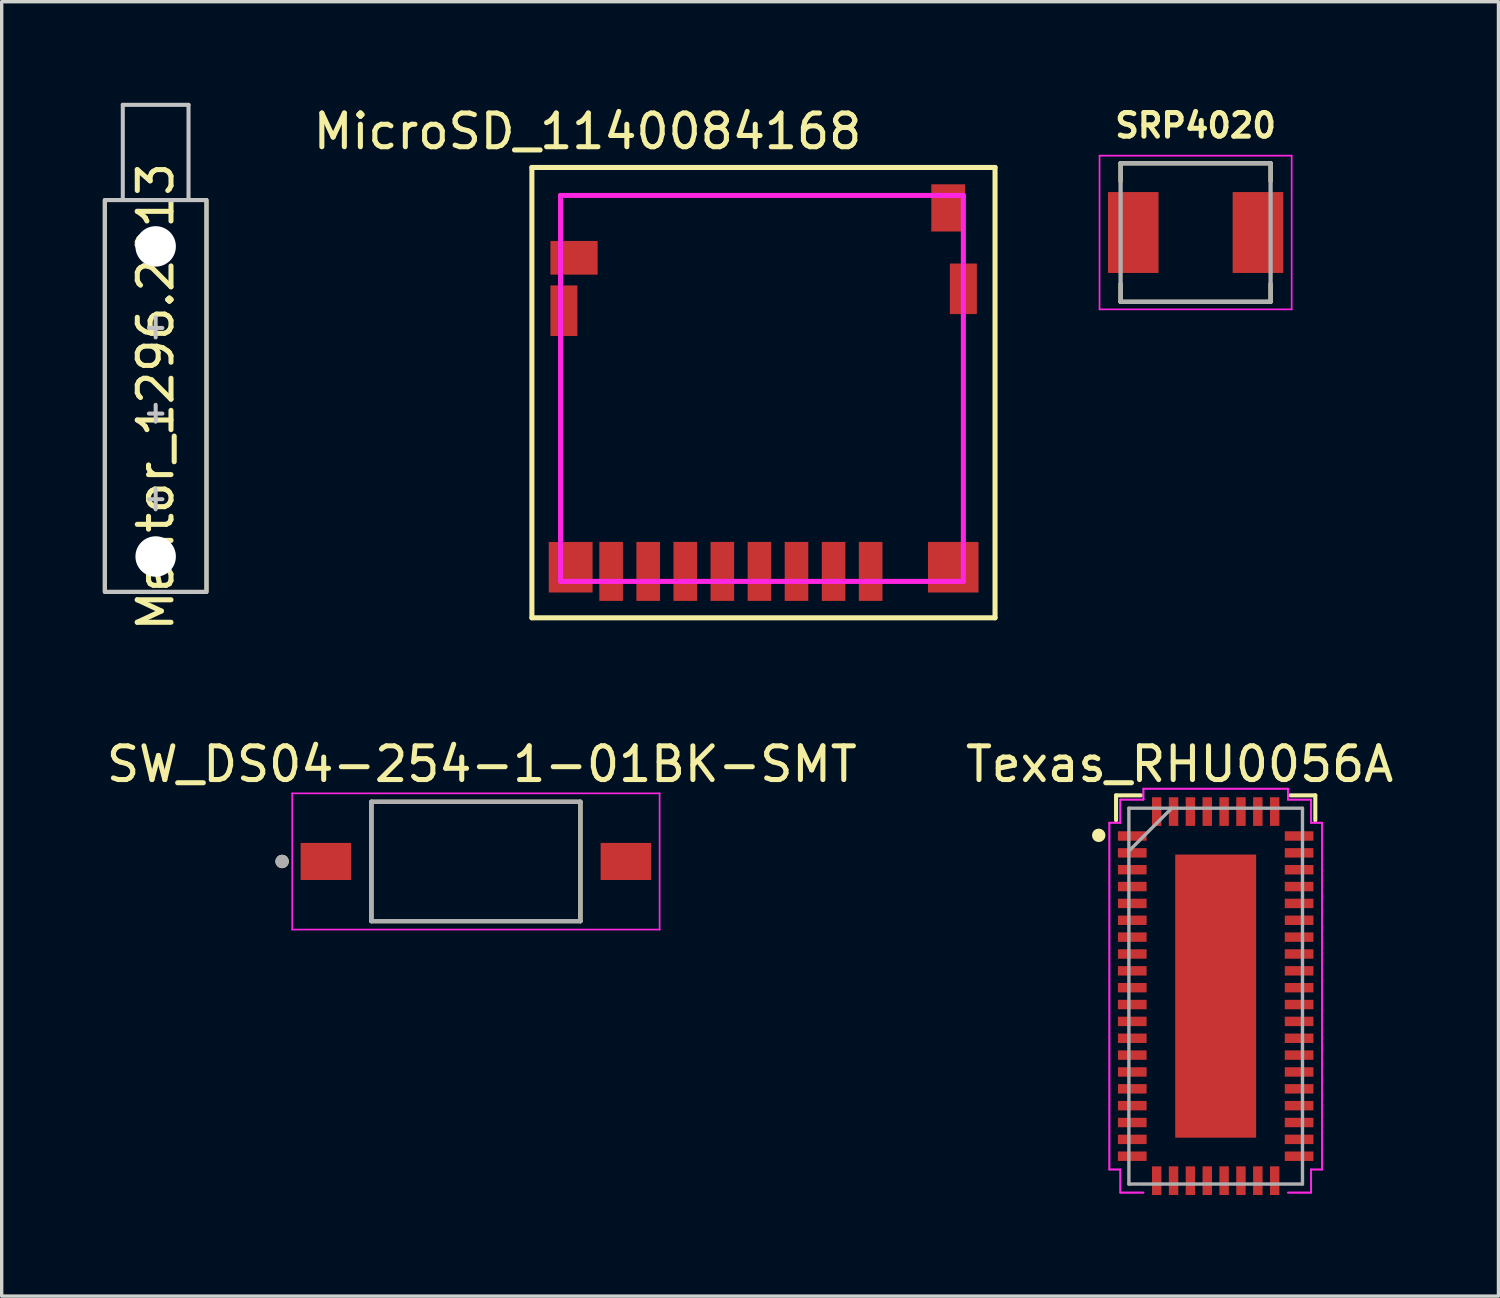
<source format=kicad_pcb>
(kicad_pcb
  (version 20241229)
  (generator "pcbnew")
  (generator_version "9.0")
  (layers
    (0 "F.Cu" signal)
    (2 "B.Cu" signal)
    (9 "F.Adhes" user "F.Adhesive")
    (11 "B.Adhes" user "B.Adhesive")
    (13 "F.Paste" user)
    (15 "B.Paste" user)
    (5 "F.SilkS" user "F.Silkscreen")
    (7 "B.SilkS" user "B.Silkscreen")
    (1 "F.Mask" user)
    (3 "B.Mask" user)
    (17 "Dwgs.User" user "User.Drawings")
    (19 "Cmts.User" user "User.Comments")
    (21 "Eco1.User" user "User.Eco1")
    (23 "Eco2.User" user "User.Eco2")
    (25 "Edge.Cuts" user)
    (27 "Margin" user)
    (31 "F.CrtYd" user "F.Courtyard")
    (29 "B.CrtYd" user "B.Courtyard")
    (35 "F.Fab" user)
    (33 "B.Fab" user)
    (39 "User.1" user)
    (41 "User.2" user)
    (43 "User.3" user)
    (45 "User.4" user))
  (footprint "MicroSD_1140084168"
    (layer "F.Cu")
    (at 19.655 8.598)
    (property "Reference" "MicroSD_1140084168" (at -5.275 -7.75 0) (layer "F.SilkS") (effects (font (size 1 1) (thickness 0.15))))
    (attr smd)
    (fp_line (start -6.925 -6.68) (end -6.925 6.68) (stroke (width 0.15) (type solid)) (layer "F.SilkS"))
    (fp_line (start -6.925 6.68) (end 6.815 6.68) (stroke (width 0.15) (type solid)) (layer "F.SilkS"))
    (fp_line (start 6.815 -6.68) (end -6.925 -6.68) (stroke (width 0.15) (type solid)) (layer "F.SilkS"))
    (fp_line (start 6.815 6.68) (end 6.815 -6.68) (stroke (width 0.15) (type solid)) (layer "F.SilkS"))
    (fp_line (start -6.075 -5.85) (end 5.875 -5.85) (stroke (width 0.15) (type solid)) (layer "F.CrtYd"))
    (fp_line (start -6.075 5.6) (end -6.075 -5.85) (stroke (width 0.15) (type solid)) (layer "F.CrtYd"))
    (fp_line (start 5.875 -5.85) (end 5.875 5.6) (stroke (width 0.15) (type solid)) (layer "F.CrtYd"))
    (fp_line (start 5.875 5.6) (end -6.075 5.6) (stroke (width 0.15) (type solid)) (layer "F.CrtYd"))
    (pad "1" smd rect (at 3.125 5.304 180) (size 0.7 1.75) (layers "F.Cu" "F.Mask" "F.Paste"))
    (pad "2" smd rect (at 2.025 5.304 180) (size 0.7 1.75) (layers "F.Cu" "F.Mask" "F.Paste"))
    (pad "3" smd rect (at 0.925 5.304 180) (size 0.7 1.75) (layers "F.Cu" "F.Mask" "F.Paste"))
    (pad "4" smd rect (at -0.175 5.304 180) (size 0.7 1.75) (layers "F.Cu" "F.Mask" "F.Paste"))
    (pad "5" smd rect (at -1.275 5.304 180) (size 0.7 1.75) (layers "F.Cu" "F.Mask" "F.Paste"))
    (pad "6" smd rect (at -2.375 5.304 180) (size 0.7 1.75) (layers "F.Cu" "F.Mask" "F.Paste"))
    (pad "7" smd rect (at -3.475 5.304 180) (size 0.7 1.75) (layers "F.Cu" "F.Mask" "F.Paste"))
    (pad "8" smd rect (at -4.575 5.304 180) (size 0.7 1.75) (layers "F.Cu" "F.Mask" "F.Paste"))
    (pad "9" smd rect (at -5.675 -4) (size 1.4 1) (layers "F.Cu" "F.Mask" "F.Paste"))
    (pad "10" smd rect (at 5.425 -5.48 90) (size 1.4 1) (layers "F.Cu" "F.Mask" "F.Paste"))
    (pad "SH" smd rect (at -5.975 -2.43 90) (size 1.5 0.8) (layers "F.Cu" "F.Mask" "F.Paste"))
    (pad "SH" smd rect (at -5.775 5.18) (size 1.3 1.5) (layers "F.Cu" "F.Mask" "F.Paste"))
    (pad "SH" smd rect (at 5.575 5.18) (size 1.5 1.5) (layers "F.Cu" "F.Mask" "F.Paste"))
    (pad "SH" smd rect (at 5.875 -3.08 90) (size 1.5 0.8) (layers "F.Cu" "F.Mask" "F.Paste")))
  (footprint "SW_DS04-254-1-01BK-SMT"
    (layer "F.Cu")
    (at 11.069 22.507)
    (property "Reference" "SW_DS04-254-1-01BK-SMT" (at 0.175 -2.885 0) (layer "F.SilkS") (effects (font (size 1 1) (thickness 0.15))))
    (attr through_hole)
    (fp_line (start -3.1 -1.77) (end 3.1 -1.77) (stroke (width 0.127) (type solid)) (layer "F.SilkS"))
    (fp_line (start -3.1 1.77) (end -3.1 -1.77) (stroke (width 0.127) (type solid)) (layer "F.SilkS"))
    (fp_line (start 3.1 -1.77) (end 3.1 1.77) (stroke (width 0.127) (type solid)) (layer "F.SilkS"))
    (fp_line (start 3.1 1.77) (end -3.1 1.77) (stroke (width 0.127) (type solid)) (layer "F.SilkS"))
    (fp_circle (center -5.75 0) (end -5.65 0) (stroke (width 0.2) (type solid)) (fill no) (layer "F.SilkS"))
    (fp_line (start -5.45 -2.02) (end -5.45 2.02) (stroke (width 0.05) (type solid)) (layer "F.CrtYd"))
    (fp_line (start -5.45 2.02) (end 5.45 2.02) (stroke (width 0.05) (type solid)) (layer "F.CrtYd"))
    (fp_line (start 5.45 -2.02) (end -5.45 -2.02) (stroke (width 0.05) (type solid)) (layer "F.CrtYd"))
    (fp_line (start 5.45 2.02) (end 5.45 -2.02) (stroke (width 0.05) (type solid)) (layer "F.CrtYd"))
    (fp_line (start -3.1 -1.77) (end 3.1 -1.77) (stroke (width 0.127) (type solid)) (layer "F.Fab"))
    (fp_line (start -3.1 1.77) (end -3.1 -1.77) (stroke (width 0.127) (type solid)) (layer "F.Fab"))
    (fp_line (start 3.1 -1.77) (end 3.1 1.77) (stroke (width 0.127) (type solid)) (layer "F.Fab"))
    (fp_line (start 3.1 1.77) (end -3.1 1.77) (stroke (width 0.127) (type solid)) (layer "F.Fab"))
    (fp_circle (center -5.75 0) (end -5.65 0) (stroke (width 0.2) (type solid)) (fill no) (layer "F.Fab"))
    (pad "1" smd rect (at -4.45 0) (size 1.5 1.1) (layers "F.Cu" "F.Mask" "F.Paste"))
    (pad "2" smd rect (at 4.45 0 180) (size 1.5 1.1) (layers "F.Cu" "F.Mask" "F.Paste")))
  (footprint "Texas_RHU0056A"
    (layer "F.Cu")
    (at 33.016 26.502)
    (property "Reference" "Texas_RHU0056A" (at -1.07 -6.88 0) (layer "F.SilkS") (effects (font (size 1 1) (thickness 0.15))))
    (attr through_hole)
    (fp_line (start -2.956 -5.956) (end -2.956 -5.218) (stroke (width 0.12) (type solid)) (layer "F.SilkS"))
    (fp_line (start -2.218 -5.956) (end -2.956 -5.956) (stroke (width 0.12) (type solid)) (layer "F.SilkS"))
    (fp_line (start 2.956 -5.956) (end 2.218 -5.956) (stroke (width 0.12) (type solid)) (layer "F.SilkS"))
    (fp_line (start 2.956 -5.218) (end 2.956 -5.956) (stroke (width 0.12) (type solid)) (layer "F.SilkS"))
    (fp_circle (center -3.47 -4.77) (end -3.37 -4.77) (stroke (width 0.2) (type solid)) (fill no) (layer "F.SilkS"))
    (fp_rect (start -1.17 -3.73) (end -0.11 -2.65) (stroke (width 0.001) (type solid)) (fill yes) (layer "F.Paste"))
    (fp_rect (start -1.17 -2.45) (end -0.11 -1.37) (stroke (width 0.001) (type solid)) (fill yes) (layer "F.Paste"))
    (fp_rect (start -1.17 -1.17) (end -0.11 -0.09) (stroke (width 0.001) (type solid)) (fill yes) (layer "F.Paste"))
    (fp_rect (start -1.17 0.11) (end -0.11 1.19) (stroke (width 0.001) (type solid)) (fill yes) (layer "F.Paste"))
    (fp_rect (start -1.17 1.39) (end -0.11 2.47) (stroke (width 0.001) (type solid)) (fill yes) (layer "F.Paste"))
    (fp_rect (start -1.17 2.67) (end -0.11 3.75) (stroke (width 0.001) (type solid)) (fill yes) (layer "F.Paste"))
    (fp_rect (start 0.11 -3.73) (end 1.17 -2.65) (stroke (width 0.001) (type solid)) (fill yes) (layer "F.Paste"))
    (fp_rect (start 0.11 -2.45) (end 1.17 -1.37) (stroke (width 0.001) (type solid)) (fill yes) (layer "F.Paste"))
    (fp_rect (start 0.11 -1.17) (end 1.17 -0.09) (stroke (width 0.001) (type solid)) (fill yes) (layer "F.Paste"))
    (fp_rect (start 0.11 0.11) (end 1.17 1.19) (stroke (width 0.001) (type solid)) (fill yes) (layer "F.Paste"))
    (fp_rect (start 0.11 1.39) (end 1.17 2.47) (stroke (width 0.001) (type solid)) (fill yes) (layer "F.Paste"))
    (fp_rect (start 0.11 2.67) (end 1.17 3.75) (stroke (width 0.001) (type solid)) (fill yes) (layer "F.Paste"))
    (fp_line (start -3.154 -5.144) (end -2.829 -5.144) (stroke (width 0.05) (type solid)) (layer "F.CrtYd"))
    (fp_line (start -3.154 -5.144) (end -2.829 -5.144) (stroke (width 0.05) (type solid)) (layer "F.CrtYd"))
    (fp_line (start -3.154 5.144) (end -3.154 -5.144) (stroke (width 0.05) (type solid)) (layer "F.CrtYd"))
    (fp_line (start -3.154 5.144) (end -3.154 -5.144) (stroke (width 0.05) (type solid)) (layer "F.CrtYd"))
    (fp_line (start -2.829 -5.829) (end -2.144 -5.829) (stroke (width 0.05) (type solid)) (layer "F.CrtYd"))
    (fp_line (start -2.829 -5.829) (end -2.144 -5.829) (stroke (width 0.05) (type solid)) (layer "F.CrtYd"))
    (fp_line (start -2.829 -5.144) (end -2.829 -5.829) (stroke (width 0.05) (type solid)) (layer "F.CrtYd"))
    (fp_line (start -2.829 -5.144) (end -2.829 -5.829) (stroke (width 0.05) (type solid)) (layer "F.CrtYd"))
    (fp_line (start -2.829 5.144) (end -3.154 5.144) (stroke (width 0.05) (type solid)) (layer "F.CrtYd"))
    (fp_line (start -2.829 5.144) (end -3.154 5.144) (stroke (width 0.05) (type solid)) (layer "F.CrtYd"))
    (fp_line (start -2.829 5.829) (end -2.829 5.144) (stroke (width 0.05) (type solid)) (layer "F.CrtYd"))
    (fp_line (start -2.829 5.829) (end -2.829 5.144) (stroke (width 0.05) (type solid)) (layer "F.CrtYd"))
    (fp_line (start -2.144 -6.154) (end 2.144 -6.154) (stroke (width 0.05) (type solid)) (layer "F.CrtYd"))
    (fp_line (start -2.144 -6.154) (end 2.144 -6.154) (stroke (width 0.05) (type solid)) (layer "F.CrtYd"))
    (fp_line (start -2.144 -5.829) (end -2.144 -6.154) (stroke (width 0.05) (type solid)) (layer "F.CrtYd"))
    (fp_line (start -2.144 -5.829) (end -2.144 -6.154) (stroke (width 0.05) (type solid)) (layer "F.CrtYd"))
    (fp_line (start -2.144 5.829) (end -2.829 5.829) (stroke (width 0.05) (type solid)) (layer "F.CrtYd"))
    (fp_line (start -2.144 5.829) (end -2.829 5.829) (stroke (width 0.05) (type solid)) (layer "F.CrtYd"))
    (fp_line (start 2.144 -6.154) (end 2.144 -5.829) (stroke (width 0.05) (type solid)) (layer "F.CrtYd"))
    (fp_line (start 2.144 -6.154) (end 2.144 -5.829) (stroke (width 0.05) (type solid)) (layer "F.CrtYd"))
    (fp_line (start 2.144 -5.829) (end 2.829 -5.829) (stroke (width 0.05) (type solid)) (layer "F.CrtYd"))
    (fp_line (start 2.144 -5.829) (end 2.829 -5.829) (stroke (width 0.05) (type solid)) (layer "F.CrtYd"))
    (fp_line (start 2.829 -5.829) (end 2.829 -5.144) (stroke (width 0.05) (type solid)) (layer "F.CrtYd"))
    (fp_line (start 2.829 -5.829) (end 2.829 -5.144) (stroke (width 0.05) (type solid)) (layer "F.CrtYd"))
    (fp_line (start 2.829 -5.144) (end 3.154 -5.144) (stroke (width 0.05) (type solid)) (layer "F.CrtYd"))
    (fp_line (start 2.829 -5.144) (end 3.154 -5.144) (stroke (width 0.05) (type solid)) (layer "F.CrtYd"))
    (fp_line (start 2.829 5.144) (end 2.829 5.829) (stroke (width 0.05) (type solid)) (layer "F.CrtYd"))
    (fp_line (start 2.829 5.144) (end 2.829 5.829) (stroke (width 0.05) (type solid)) (layer "F.CrtYd"))
    (fp_line (start 2.829 5.829) (end 2.144 5.829) (stroke (width 0.05) (type solid)) (layer "F.CrtYd"))
    (fp_line (start 2.829 5.829) (end 2.144 5.829) (stroke (width 0.05) (type solid)) (layer "F.CrtYd"))
    (fp_line (start 3.154 -5.144) (end 3.154 5.144) (stroke (width 0.05) (type solid)) (layer "F.CrtYd"))
    (fp_line (start 3.154 -5.144) (end 3.154 5.144) (stroke (width 0.05) (type solid)) (layer "F.CrtYd"))
    (fp_line (start 3.154 5.144) (end 2.829 5.144) (stroke (width 0.05) (type solid)) (layer "F.CrtYd"))
    (fp_line (start 3.154 5.144) (end 2.829 5.144) (stroke (width 0.05) (type solid)) (layer "F.CrtYd"))
    (fp_line (start -2.575 -5.575) (end -2.575 5.575) (stroke (width 0.1) (type solid)) (layer "F.Fab"))
    (fp_line (start -2.575 -4.305) (end -1.305 -5.575) (stroke (width 0.1) (type solid)) (layer "F.Fab"))
    (fp_line (start -2.575 5.575) (end 2.575 5.575) (stroke (width 0.1) (type solid)) (layer "F.Fab"))
    (fp_line (start 2.575 -5.575) (end -2.575 -5.575) (stroke (width 0.1) (type solid)) (layer "F.Fab"))
    (fp_line (start 2.575 5.575) (end 2.575 -5.575) (stroke (width 0.1) (type solid)) (layer "F.Fab"))
    (pad "1" smd rect (at -2.475 -4.75 90) (size 0.28 0.85) (layers "F.Cu" "F.Mask" "F.Paste"))
    (pad "2" smd rect (at -2.475 -4.25 90) (size 0.28 0.85) (layers "F.Cu" "F.Mask" "F.Paste"))
    (pad "3" smd rect (at -2.475 -3.75 90) (size 0.28 0.85) (layers "F.Cu" "F.Mask" "F.Paste"))
    (pad "4" smd rect (at -2.475 -3.25 90) (size 0.28 0.85) (layers "F.Cu" "F.Mask" "F.Paste"))
    (pad "5" smd rect (at -2.475 -2.75 90) (size 0.28 0.85) (layers "F.Cu" "F.Mask" "F.Paste"))
    (pad "6" smd rect (at -2.475 -2.25 90) (size 0.28 0.85) (layers "F.Cu" "F.Mask" "F.Paste"))
    (pad "7" smd rect (at -2.475 -1.75 90) (size 0.28 0.85) (layers "F.Cu" "F.Mask" "F.Paste"))
    (pad "8" smd rect (at -2.475 -1.25 90) (size 0.28 0.85) (layers "F.Cu" "F.Mask" "F.Paste"))
    (pad "9" smd rect (at -2.475 -0.75 90) (size 0.28 0.85) (layers "F.Cu" "F.Mask" "F.Paste"))
    (pad "10" smd rect (at -2.475 -0.25 90) (size 0.28 0.85) (layers "F.Cu" "F.Mask" "F.Paste"))
    (pad "11" smd rect (at -2.475 0.25 90) (size 0.28 0.85) (layers "F.Cu" "F.Mask" "F.Paste"))
    (pad "12" smd rect (at -2.475 0.75 90) (size 0.28 0.85) (layers "F.Cu" "F.Mask" "F.Paste"))
    (pad "13" smd rect (at -2.475 1.25 90) (size 0.28 0.85) (layers "F.Cu" "F.Mask" "F.Paste"))
    (pad "14" smd rect (at -2.475 1.75 90) (size 0.28 0.85) (layers "F.Cu" "F.Mask" "F.Paste"))
    (pad "15" smd rect (at -2.475 2.25 90) (size 0.28 0.85) (layers "F.Cu" "F.Mask" "F.Paste"))
    (pad "16" smd rect (at -2.475 2.75 90) (size 0.28 0.85) (layers "F.Cu" "F.Mask" "F.Paste"))
    (pad "17" smd rect (at -2.475 3.25 90) (size 0.28 0.85) (layers "F.Cu" "F.Mask" "F.Paste"))
    (pad "18" smd rect (at -2.475 3.75 90) (size 0.28 0.85) (layers "F.Cu" "F.Mask" "F.Paste"))
    (pad "19" smd rect (at -2.475 4.25 90) (size 0.28 0.85) (layers "F.Cu" "F.Mask" "F.Paste"))
    (pad "20" smd rect (at -2.475 4.75 90) (size 0.28 0.85) (layers "F.Cu" "F.Mask" "F.Paste"))
    (pad "21" smd rect (at -1.75 5.475) (size 0.28 0.85) (layers "F.Cu" "F.Mask" "F.Paste"))
    (pad "22" smd rect (at -1.25 5.475) (size 0.28 0.85) (layers "F.Cu" "F.Mask" "F.Paste"))
    (pad "23" smd rect (at -0.75 5.475) (size 0.28 0.85) (layers "F.Cu" "F.Mask" "F.Paste"))
    (pad "24" smd rect (at -0.25 5.475) (size 0.28 0.85) (layers "F.Cu" "F.Mask" "F.Paste"))
    (pad "25" smd rect (at 0.25 5.475) (size 0.28 0.85) (layers "F.Cu" "F.Mask" "F.Paste"))
    (pad "26" smd rect (at 0.75 5.475) (size 0.28 0.85) (layers "F.Cu" "F.Mask" "F.Paste"))
    (pad "27" smd rect (at 1.25 5.475) (size 0.28 0.85) (layers "F.Cu" "F.Mask" "F.Paste"))
    (pad "28" smd rect (at 1.75 5.475) (size 0.28 0.85) (layers "F.Cu" "F.Mask" "F.Paste"))
    (pad "29" smd rect (at 2.475 4.75 90) (size 0.28 0.85) (layers "F.Cu" "F.Mask" "F.Paste"))
    (pad "30" smd rect (at 2.475 4.25 90) (size 0.28 0.85) (layers "F.Cu" "F.Mask" "F.Paste"))
    (pad "31" smd rect (at 2.475 3.75 90) (size 0.28 0.85) (layers "F.Cu" "F.Mask" "F.Paste"))
    (pad "32" smd rect (at 2.475 3.25 90) (size 0.28 0.85) (layers "F.Cu" "F.Mask" "F.Paste"))
    (pad "33" smd rect (at 2.475 2.75 90) (size 0.28 0.85) (layers "F.Cu" "F.Mask" "F.Paste"))
    (pad "34" smd rect (at 2.475 2.25 90) (size 0.28 0.85) (layers "F.Cu" "F.Mask" "F.Paste"))
    (pad "35" smd rect (at 2.475 1.75 90) (size 0.28 0.85) (layers "F.Cu" "F.Mask" "F.Paste"))
    (pad "36" smd rect (at 2.475 1.25 90) (size 0.28 0.85) (layers "F.Cu" "F.Mask" "F.Paste"))
    (pad "37" smd rect (at 2.475 0.75 90) (size 0.28 0.85) (layers "F.Cu" "F.Mask" "F.Paste"))
    (pad "38" smd rect (at 2.475 0.25 90) (size 0.28 0.85) (layers "F.Cu" "F.Mask" "F.Paste"))
    (pad "39" smd rect (at 2.475 -0.25 90) (size 0.28 0.85) (layers "F.Cu" "F.Mask" "F.Paste"))
    (pad "40" smd rect (at 2.475 -0.75 90) (size 0.28 0.85) (layers "F.Cu" "F.Mask" "F.Paste"))
    (pad "41" smd rect (at 2.475 -1.25 90) (size 0.28 0.85) (layers "F.Cu" "F.Mask" "F.Paste"))
    (pad "42" smd rect (at 2.475 -1.75 90) (size 0.28 0.85) (layers "F.Cu" "F.Mask" "F.Paste"))
    (pad "43" smd rect (at 2.475 -2.25 90) (size 0.28 0.85) (layers "F.Cu" "F.Mask" "F.Paste"))
    (pad "44" smd rect (at 2.475 -2.75 90) (size 0.28 0.85) (layers "F.Cu" "F.Mask" "F.Paste"))
    (pad "45" smd rect (at 2.475 -3.25 90) (size 0.28 0.85) (layers "F.Cu" "F.Mask" "F.Paste"))
    (pad "46" smd rect (at 2.475 -3.75 90) (size 0.28 0.85) (layers "F.Cu" "F.Mask" "F.Paste"))
    (pad "47" smd rect (at 2.475 -4.25 90) (size 0.28 0.85) (layers "F.Cu" "F.Mask" "F.Paste"))
    (pad "48" smd rect (at 2.475 -4.75 90) (size 0.28 0.85) (layers "F.Cu" "F.Mask" "F.Paste"))
    (pad "49" smd rect (at 1.75 -5.475) (size 0.28 0.85) (layers "F.Cu" "F.Mask" "F.Paste"))
    (pad "50" smd rect (at 1.25 -5.475) (size 0.28 0.85) (layers "F.Cu" "F.Mask" "F.Paste"))
    (pad "51" smd rect (at 0.75 -5.475) (size 0.28 0.85) (layers "F.Cu" "F.Mask" "F.Paste"))
    (pad "52" smd rect (at 0.25 -5.475) (size 0.28 0.85) (layers "F.Cu" "F.Mask" "F.Paste"))
    (pad "53" smd rect (at -0.25 -5.475) (size 0.28 0.85) (layers "F.Cu" "F.Mask" "F.Paste"))
    (pad "54" smd rect (at -0.75 -5.475) (size 0.28 0.85) (layers "F.Cu" "F.Mask" "F.Paste"))
    (pad "55" smd rect (at -1.25 -5.475) (size 0.28 0.85) (layers "F.Cu" "F.Mask" "F.Paste"))
    (pad "56" smd rect (at -1.75 -5.475) (size 0.28 0.85) (layers "F.Cu" "F.Mask" "F.Paste"))
    (pad "57" smd rect (at 0 0) (size 2.4 8.4) (layers "F.Cu" "F.Mask")))
  (footprint "Mentor_1296.2013"
    (layer "F.Cu")
    (at 1.568 9.22)
    (property "Reference" "Mentor_1296.2013" (at 0 -0.5 90) (unlocked yes) (layer "F.SilkS") (effects (font (size 1 1) (thickness 0.15))))
    (attr through_hole)
    (fp_rect (start -1.508 -6.335) (end 1.508 5.29) (stroke (width 0.12) (type solid)) (fill no) (layer "F.SilkS"))
    (fp_line (start -0.975 -9.16) (end -0.975 -6.36) (stroke (width 0.12) (type solid)) (layer "Dwgs.User"))
    (fp_line (start -0.975 -9.16) (end 0.975 -9.16) (stroke (width 0.12) (type solid)) (layer "Dwgs.User"))
    (fp_line (start 0 -2.86) (end 0 -2.26) (stroke (width 0.12) (type solid)) (layer "Dwgs.User"))
    (fp_line (start 0 -0.26) (end 0 0.24) (stroke (width 0.12) (type solid)) (layer "Dwgs.User"))
    (fp_line (start 0 2.24) (end 0 2.84) (stroke (width 0.12) (type solid)) (layer "Dwgs.User"))
    (fp_line (start 0.2 -2.54) (end -0.2 -2.54) (stroke (width 0.12) (type solid)) (layer "Dwgs.User"))
    (fp_line (start 0.2 0) (end -0.2 0) (stroke (width 0.12) (type solid)) (layer "Dwgs.User"))
    (fp_line (start 0.2 2.54) (end -0.2 2.54) (stroke (width 0.12) (type solid)) (layer "Dwgs.User"))
    (fp_line (start 0.975 -9.16) (end 0.975 -6.36) (stroke (width 0.12) (type solid)) (layer "Dwgs.User"))
    (fp_rect (start -1.508 -6.335) (end 1.508 5.29) (stroke (width 0.12) (type solid)) (fill no) (layer "Dwgs.User"))
    (pad "" np_thru_hole circle (at 0 -4.96) (size 1.2 1.2) (drill 1.2) (layers "*.Cu" "*.Mask"))
    (pad "" np_thru_hole circle (at 0 4.24) (size 1.2 1.2) (drill 1.2) (layers "*.Cu" "*.Mask")))
  (footprint "SRP4020"
    (layer "F.Cu")
    (at 32.42 3.848)
    (property "Reference" "SRP4020" (at 0 -3.175 0) (layer "F.SilkS") (effects (font (size 0.7 0.7) (thickness 0.15))))
    (attr through_hole)
    (fp_line (start -2.225 -2.055) (end 2.225 -2.055) (stroke (width 0.127) (type solid)) (layer "F.SilkS"))
    (fp_line (start -2.225 -1.525) (end -2.225 -2.055) (stroke (width 0.127) (type solid)) (layer "F.SilkS"))
    (fp_line (start -2.225 2.055) (end -2.225 1.525) (stroke (width 0.127) (type solid)) (layer "F.SilkS"))
    (fp_line (start -2.225 2.055) (end 2.225 2.055) (stroke (width 0.127) (type solid)) (layer "F.SilkS"))
    (fp_line (start 2.225 -2.055) (end 2.225 -1.525) (stroke (width 0.127) (type solid)) (layer "F.SilkS"))
    (fp_line (start 2.225 2.055) (end 2.225 1.525) (stroke (width 0.127) (type solid)) (layer "F.SilkS"))
    (fp_line (start -2.85 -2.28) (end 2.85 -2.28) (stroke (width 0.05) (type solid)) (layer "F.CrtYd"))
    (fp_line (start -2.85 2.28) (end -2.85 -2.28) (stroke (width 0.05) (type solid)) (layer "F.CrtYd"))
    (fp_line (start 2.85 -2.28) (end 2.85 2.28) (stroke (width 0.05) (type solid)) (layer "F.CrtYd"))
    (fp_line (start 2.85 2.28) (end -2.85 2.28) (stroke (width 0.05) (type solid)) (layer "F.CrtYd"))
    (fp_line (start -2.225 -2.055) (end 2.225 -2.055) (stroke (width 0.127) (type solid)) (layer "F.Fab"))
    (fp_line (start -2.225 2.03) (end -2.225 -2.03) (stroke (width 0.127) (type solid)) (layer "F.Fab"))
    (fp_line (start 2.225 -2.03) (end 2.225 2.03) (stroke (width 0.127) (type solid)) (layer "F.Fab"))
    (fp_line (start 2.225 2.055) (end -2.225 2.055) (stroke (width 0.127) (type solid)) (layer "F.Fab"))
    (pad "1" smd rect (at -1.85 0) (size 1.5 2.4) (layers "F.Cu" "F.Mask" "F.Paste"))
    (pad "2" smd rect (at 1.85 0) (size 1.5 2.4) (layers "F.Cu" "F.Mask" "F.Paste")))
  (gr_rect
    (start -3 -3)
    (end 41.405 35.402)
    (stroke (width 0.1) (type default))
    (fill no)
    (layer "Edge.Cuts")))
</source>
